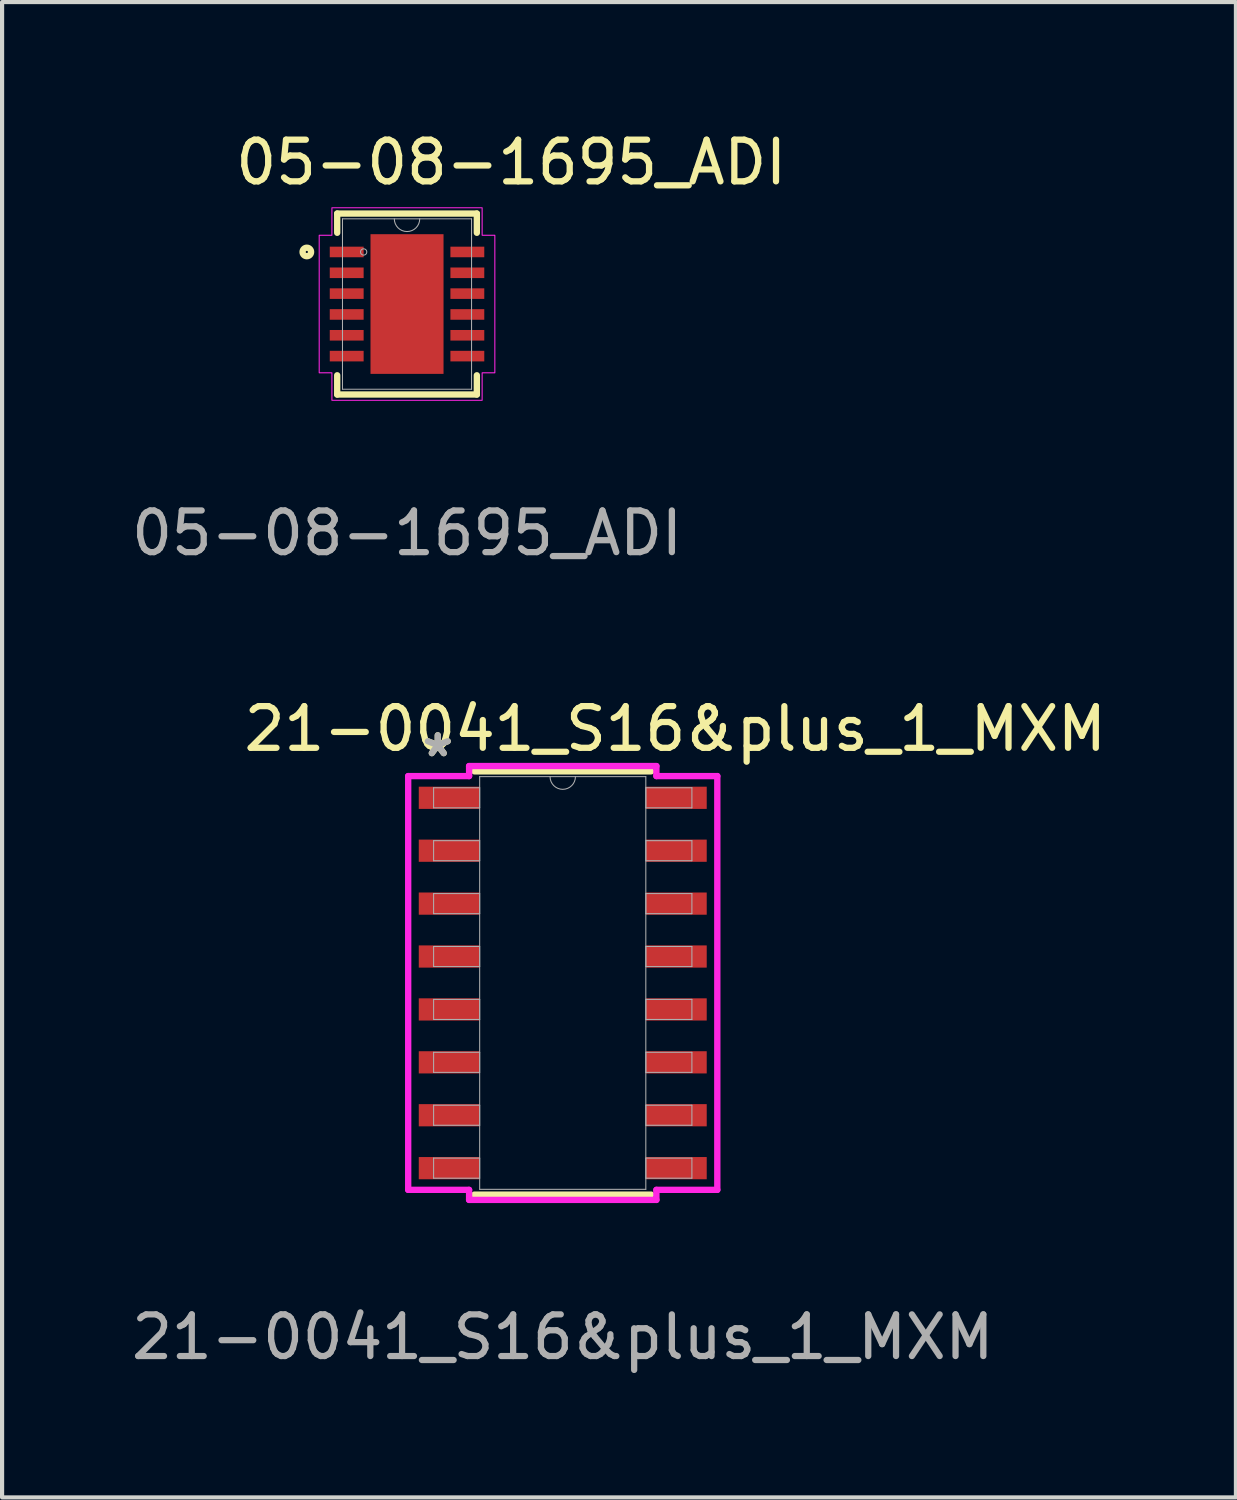
<source format=kicad_pcb>
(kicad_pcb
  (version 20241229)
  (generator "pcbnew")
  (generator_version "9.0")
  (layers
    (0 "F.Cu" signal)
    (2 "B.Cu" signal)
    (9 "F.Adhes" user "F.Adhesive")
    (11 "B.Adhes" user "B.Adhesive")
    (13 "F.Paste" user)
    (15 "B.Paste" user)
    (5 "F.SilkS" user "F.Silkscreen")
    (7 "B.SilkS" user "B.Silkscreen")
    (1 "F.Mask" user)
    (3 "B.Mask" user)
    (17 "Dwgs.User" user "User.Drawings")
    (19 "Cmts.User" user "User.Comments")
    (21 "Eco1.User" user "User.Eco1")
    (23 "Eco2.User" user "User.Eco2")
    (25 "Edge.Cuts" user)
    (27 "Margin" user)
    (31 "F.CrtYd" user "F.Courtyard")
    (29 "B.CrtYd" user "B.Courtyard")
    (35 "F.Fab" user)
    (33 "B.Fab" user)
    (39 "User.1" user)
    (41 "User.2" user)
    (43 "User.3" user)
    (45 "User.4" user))
  (footprint "21-0041_S16&plus_1_MXM"
    (layer "F.Cu")
    (at 10.458 20.545)
    (property "Reference" "21-0041_S16&plus_1_MXM" (at 2.7 -6.1 0) (unlocked yes) (layer "F.SilkS") (effects (font (size 1 1) (thickness 0.15))))
    (attr smd)
    (fp_line (start -2.121 5.08) (end 2.121 5.08) (stroke (width 0.152) (type solid)) (layer "F.SilkS"))
    (fp_line (start 2.121 -5.08) (end -2.121 -5.08) (stroke (width 0.152) (type solid)) (layer "F.SilkS"))
    (fp_line (start -3.71 -4.966) (end -2.248 -4.966) (stroke (width 0.152) (type solid)) (layer "F.CrtYd"))
    (fp_line (start -3.71 4.966) (end -3.71 -4.966) (stroke (width 0.152) (type solid)) (layer "F.CrtYd"))
    (fp_line (start -3.71 4.966) (end -2.248 4.966) (stroke (width 0.152) (type solid)) (layer "F.CrtYd"))
    (fp_line (start -2.248 -5.207) (end 2.248 -5.207) (stroke (width 0.152) (type solid)) (layer "F.CrtYd"))
    (fp_line (start -2.248 -4.966) (end -2.248 -5.207) (stroke (width 0.152) (type solid)) (layer "F.CrtYd"))
    (fp_line (start -2.248 5.207) (end -2.248 4.966) (stroke (width 0.152) (type solid)) (layer "F.CrtYd"))
    (fp_line (start 2.248 -5.207) (end 2.248 -4.966) (stroke (width 0.152) (type solid)) (layer "F.CrtYd"))
    (fp_line (start 2.248 4.966) (end 2.248 5.207) (stroke (width 0.152) (type solid)) (layer "F.CrtYd"))
    (fp_line (start 2.248 5.207) (end -2.248 5.207) (stroke (width 0.152) (type solid)) (layer "F.CrtYd"))
    (fp_line (start 3.71 -4.966) (end 2.248 -4.966) (stroke (width 0.152) (type solid)) (layer "F.CrtYd"))
    (fp_line (start 3.71 -4.966) (end 3.71 4.966) (stroke (width 0.152) (type solid)) (layer "F.CrtYd"))
    (fp_line (start 3.71 4.966) (end 2.248 4.966) (stroke (width 0.152) (type solid)) (layer "F.CrtYd"))
    (fp_line (start -3.1 -4.686) (end -3.1 -4.204) (stroke (width 0.025) (type solid)) (layer "F.Fab"))
    (fp_line (start -3.1 -4.204) (end -1.994 -4.204) (stroke (width 0.025) (type solid)) (layer "F.Fab"))
    (fp_line (start -3.1 -3.416) (end -3.1 -2.934) (stroke (width 0.025) (type solid)) (layer "F.Fab"))
    (fp_line (start -3.1 -2.934) (end -1.994 -2.934) (stroke (width 0.025) (type solid)) (layer "F.Fab"))
    (fp_line (start -3.1 -2.146) (end -3.1 -1.664) (stroke (width 0.025) (type solid)) (layer "F.Fab"))
    (fp_line (start -3.1 -1.664) (end -1.994 -1.664) (stroke (width 0.025) (type solid)) (layer "F.Fab"))
    (fp_line (start -3.1 -0.876) (end -3.1 -0.394) (stroke (width 0.025) (type solid)) (layer "F.Fab"))
    (fp_line (start -3.1 -0.394) (end -1.994 -0.394) (stroke (width 0.025) (type solid)) (layer "F.Fab"))
    (fp_line (start -3.1 0.394) (end -3.1 0.876) (stroke (width 0.025) (type solid)) (layer "F.Fab"))
    (fp_line (start -3.1 0.876) (end -1.994 0.876) (stroke (width 0.025) (type solid)) (layer "F.Fab"))
    (fp_line (start -3.1 1.664) (end -3.1 2.146) (stroke (width 0.025) (type solid)) (layer "F.Fab"))
    (fp_line (start -3.1 2.146) (end -1.994 2.146) (stroke (width 0.025) (type solid)) (layer "F.Fab"))
    (fp_line (start -3.1 2.934) (end -3.1 3.416) (stroke (width 0.025) (type solid)) (layer "F.Fab"))
    (fp_line (start -3.1 3.416) (end -1.994 3.416) (stroke (width 0.025) (type solid)) (layer "F.Fab"))
    (fp_line (start -3.1 4.204) (end -3.1 4.686) (stroke (width 0.025) (type solid)) (layer "F.Fab"))
    (fp_line (start -3.1 4.686) (end -1.994 4.686) (stroke (width 0.025) (type solid)) (layer "F.Fab"))
    (fp_line (start -1.994 -4.953) (end -1.994 4.953) (stroke (width 0.025) (type solid)) (layer "F.Fab"))
    (fp_line (start -1.994 -4.686) (end -3.1 -4.686) (stroke (width 0.025) (type solid)) (layer "F.Fab"))
    (fp_line (start -1.994 -4.204) (end -1.994 -4.686) (stroke (width 0.025) (type solid)) (layer "F.Fab"))
    (fp_line (start -1.994 -3.416) (end -3.1 -3.416) (stroke (width 0.025) (type solid)) (layer "F.Fab"))
    (fp_line (start -1.994 -2.934) (end -1.994 -3.416) (stroke (width 0.025) (type solid)) (layer "F.Fab"))
    (fp_line (start -1.994 -2.146) (end -3.1 -2.146) (stroke (width 0.025) (type solid)) (layer "F.Fab"))
    (fp_line (start -1.994 -1.664) (end -1.994 -2.146) (stroke (width 0.025) (type solid)) (layer "F.Fab"))
    (fp_line (start -1.994 -0.876) (end -3.1 -0.876) (stroke (width 0.025) (type solid)) (layer "F.Fab"))
    (fp_line (start -1.994 -0.394) (end -1.994 -0.876) (stroke (width 0.025) (type solid)) (layer "F.Fab"))
    (fp_line (start -1.994 0.394) (end -3.1 0.394) (stroke (width 0.025) (type solid)) (layer "F.Fab"))
    (fp_line (start -1.994 0.876) (end -1.994 0.394) (stroke (width 0.025) (type solid)) (layer "F.Fab"))
    (fp_line (start -1.994 1.664) (end -3.1 1.664) (stroke (width 0.025) (type solid)) (layer "F.Fab"))
    (fp_line (start -1.994 2.146) (end -1.994 1.664) (stroke (width 0.025) (type solid)) (layer "F.Fab"))
    (fp_line (start -1.994 2.934) (end -3.1 2.934) (stroke (width 0.025) (type solid)) (layer "F.Fab"))
    (fp_line (start -1.994 3.416) (end -1.994 2.934) (stroke (width 0.025) (type solid)) (layer "F.Fab"))
    (fp_line (start -1.994 4.204) (end -3.1 4.204) (stroke (width 0.025) (type solid)) (layer "F.Fab"))
    (fp_line (start -1.994 4.686) (end -1.994 4.204) (stroke (width 0.025) (type solid)) (layer "F.Fab"))
    (fp_line (start -1.994 4.953) (end 1.994 4.953) (stroke (width 0.025) (type solid)) (layer "F.Fab"))
    (fp_line (start 1.994 -4.953) (end -1.994 -4.953) (stroke (width 0.025) (type solid)) (layer "F.Fab"))
    (fp_line (start 1.994 -4.686) (end 1.994 -4.204) (stroke (width 0.025) (type solid)) (layer "F.Fab"))
    (fp_line (start 1.994 -4.204) (end 3.1 -4.204) (stroke (width 0.025) (type solid)) (layer "F.Fab"))
    (fp_line (start 1.994 -3.416) (end 1.994 -2.934) (stroke (width 0.025) (type solid)) (layer "F.Fab"))
    (fp_line (start 1.994 -2.934) (end 3.1 -2.934) (stroke (width 0.025) (type solid)) (layer "F.Fab"))
    (fp_line (start 1.994 -2.146) (end 1.994 -1.664) (stroke (width 0.025) (type solid)) (layer "F.Fab"))
    (fp_line (start 1.994 -1.664) (end 3.1 -1.664) (stroke (width 0.025) (type solid)) (layer "F.Fab"))
    (fp_line (start 1.994 -0.876) (end 1.994 -0.394) (stroke (width 0.025) (type solid)) (layer "F.Fab"))
    (fp_line (start 1.994 -0.394) (end 3.1 -0.394) (stroke (width 0.025) (type solid)) (layer "F.Fab"))
    (fp_line (start 1.994 0.394) (end 1.994 0.876) (stroke (width 0.025) (type solid)) (layer "F.Fab"))
    (fp_line (start 1.994 0.876) (end 3.1 0.876) (stroke (width 0.025) (type solid)) (layer "F.Fab"))
    (fp_line (start 1.994 1.664) (end 1.994 2.146) (stroke (width 0.025) (type solid)) (layer "F.Fab"))
    (fp_line (start 1.994 2.146) (end 3.1 2.146) (stroke (width 0.025) (type solid)) (layer "F.Fab"))
    (fp_line (start 1.994 2.934) (end 1.994 3.416) (stroke (width 0.025) (type solid)) (layer "F.Fab"))
    (fp_line (start 1.994 3.416) (end 3.1 3.416) (stroke (width 0.025) (type solid)) (layer "F.Fab"))
    (fp_line (start 1.994 4.204) (end 1.994 4.686) (stroke (width 0.025) (type solid)) (layer "F.Fab"))
    (fp_line (start 1.994 4.686) (end 3.1 4.686) (stroke (width 0.025) (type solid)) (layer "F.Fab"))
    (fp_line (start 1.994 4.953) (end 1.994 -4.953) (stroke (width 0.025) (type solid)) (layer "F.Fab"))
    (fp_line (start 3.1 -4.686) (end 1.994 -4.686) (stroke (width 0.025) (type solid)) (layer "F.Fab"))
    (fp_line (start 3.1 -4.204) (end 3.1 -4.686) (stroke (width 0.025) (type solid)) (layer "F.Fab"))
    (fp_line (start 3.1 -3.416) (end 1.994 -3.416) (stroke (width 0.025) (type solid)) (layer "F.Fab"))
    (fp_line (start 3.1 -2.934) (end 3.1 -3.416) (stroke (width 0.025) (type solid)) (layer "F.Fab"))
    (fp_line (start 3.1 -2.146) (end 1.994 -2.146) (stroke (width 0.025) (type solid)) (layer "F.Fab"))
    (fp_line (start 3.1 -1.664) (end 3.1 -2.146) (stroke (width 0.025) (type solid)) (layer "F.Fab"))
    (fp_line (start 3.1 -0.876) (end 1.994 -0.876) (stroke (width 0.025) (type solid)) (layer "F.Fab"))
    (fp_line (start 3.1 -0.394) (end 3.1 -0.876) (stroke (width 0.025) (type solid)) (layer "F.Fab"))
    (fp_line (start 3.1 0.394) (end 1.994 0.394) (stroke (width 0.025) (type solid)) (layer "F.Fab"))
    (fp_line (start 3.1 0.876) (end 3.1 0.394) (stroke (width 0.025) (type solid)) (layer "F.Fab"))
    (fp_line (start 3.1 1.664) (end 1.994 1.664) (stroke (width 0.025) (type solid)) (layer "F.Fab"))
    (fp_line (start 3.1 2.146) (end 3.1 1.664) (stroke (width 0.025) (type solid)) (layer "F.Fab"))
    (fp_line (start 3.1 2.934) (end 1.994 2.934) (stroke (width 0.025) (type solid)) (layer "F.Fab"))
    (fp_line (start 3.1 3.416) (end 3.1 2.934) (stroke (width 0.025) (type solid)) (layer "F.Fab"))
    (fp_line (start 3.1 4.204) (end 1.994 4.204) (stroke (width 0.025) (type solid)) (layer "F.Fab"))
    (fp_line (start 3.1 4.686) (end 3.1 4.204) (stroke (width 0.025) (type solid)) (layer "F.Fab"))
    (fp_arc (start 0.3048 -4.953) (mid 0 -4.6482) (end -0.3048 -4.953) (stroke (width 0.0254) (type solid)) (layer "F.Fab"))
    (fp_text user "*" (at -3 -5.4 0) (layer "F.SilkS") (effects (font (size 1 1) (thickness 0.15))))
    (fp_text user "*" (at -3 -5.4 0) (layer "F.Fab") (effects (font (size 1 1) (thickness 0.15))))
    (fp_text user "${REFERENCE}" (at 0 8.5 0) (unlocked yes) (layer "F.Fab") (effects (font (size 1 1) (thickness 0.15))))
    (pad "1" smd rect (at -2.725 -4.445) (size 1.462 0.533) (layers "F.Cu" "F.Mask" "F.Paste"))
    (pad "2" smd rect (at -2.725 -3.175) (size 1.462 0.533) (layers "F.Cu" "F.Mask" "F.Paste"))
    (pad "3" smd rect (at -2.725 -1.905) (size 1.462 0.533) (layers "F.Cu" "F.Mask" "F.Paste"))
    (pad "4" smd rect (at -2.725 -0.635) (size 1.462 0.533) (layers "F.Cu" "F.Mask" "F.Paste"))
    (pad "5" smd rect (at -2.725 0.635) (size 1.462 0.533) (layers "F.Cu" "F.Mask" "F.Paste"))
    (pad "6" smd rect (at -2.725 1.905) (size 1.462 0.533) (layers "F.Cu" "F.Mask" "F.Paste"))
    (pad "7" smd rect (at -2.725 3.175) (size 1.462 0.533) (layers "F.Cu" "F.Mask" "F.Paste"))
    (pad "8" smd rect (at -2.725 4.445) (size 1.462 0.533) (layers "F.Cu" "F.Mask" "F.Paste"))
    (pad "9" smd rect (at 2.725 4.445) (size 1.462 0.533) (layers "F.Cu" "F.Mask" "F.Paste"))
    (pad "10" smd rect (at 2.725 3.175) (size 1.462 0.533) (layers "F.Cu" "F.Mask" "F.Paste"))
    (pad "11" smd rect (at 2.725 1.905) (size 1.462 0.533) (layers "F.Cu" "F.Mask" "F.Paste"))
    (pad "12" smd rect (at 2.725 0.635) (size 1.462 0.533) (layers "F.Cu" "F.Mask" "F.Paste"))
    (pad "13" smd rect (at 2.725 -0.635) (size 1.462 0.533) (layers "F.Cu" "F.Mask" "F.Paste"))
    (pad "14" smd rect (at 2.725 -1.905) (size 1.462 0.533) (layers "F.Cu" "F.Mask" "F.Paste"))
    (pad "15" smd rect (at 2.725 -3.175) (size 1.462 0.533) (layers "F.Cu" "F.Mask" "F.Paste"))
    (pad "16" smd rect (at 2.725 -4.445) (size 1.462 0.533) (layers "F.Cu" "F.Mask" "F.Paste")))
  (footprint "05-08-1695_ADI"
    (layer "F.Cu")
    (at 6.72 4.248)
    (property "Reference" "05-08-1695_ADI" (at 2.5 -3.4 0) (unlocked yes) (layer "F.SilkS") (effects (font (size 1 1) (thickness 0.15))))
    (attr smd)
    (fp_line (start -1.676 -2.172) (end -1.676 -1.71) (stroke (width 0.152) (type solid)) (layer "F.SilkS"))
    (fp_line (start -1.676 1.71) (end -1.676 2.172) (stroke (width 0.152) (type solid)) (layer "F.SilkS"))
    (fp_line (start -1.676 2.172) (end 1.676 2.172) (stroke (width 0.152) (type solid)) (layer "F.SilkS"))
    (fp_line (start 1.676 -2.172) (end -1.676 -2.172) (stroke (width 0.152) (type solid)) (layer "F.SilkS"))
    (fp_line (start 1.676 -1.71) (end 1.676 -2.172) (stroke (width 0.152) (type solid)) (layer "F.SilkS"))
    (fp_line (start 1.676 2.172) (end 1.676 1.71) (stroke (width 0.152) (type solid)) (layer "F.SilkS"))
    (fp_circle (center -2.405 -1.25) (end -2.303 -1.25) (stroke (width 0.152) (type solid)) (fill no) (layer "F.SilkS"))
    (fp_poly (pts (xy -0.776 -1.576) (xy -0.776 -0.1) (xy 0.776 -0.1) (xy 0.776 -1.576)) (stroke (width 0) (type solid)) (fill yes) (layer "F.Paste"))
    (fp_poly (pts (xy -0.776 0.1) (xy -0.776 1.576) (xy 0.776 1.576) (xy 0.776 0.1)) (stroke (width 0) (type solid)) (fill yes) (layer "F.Paste"))
    (fp_poly (pts (xy -2.108 -1.651) (xy -2.108 1.651) (xy -1.803 1.651) (xy -1.803 2.311) (xy 1.803 2.311) (xy 1.803 1.651) (xy 2.108 1.651) (xy 2.108 0) (xy 2.108 -1.651) (xy 1.803 -1.651) (xy 1.803 -2.311) (xy -1.803 -2.311) (xy -1.803 -1.651)) (stroke (width 0.025) (type solid)) (fill no) (layer "F.CrtYd"))
    (fp_line (start -1.549 -2.045) (end -1.549 2.045) (stroke (width 0.025) (type solid)) (layer "F.Fab"))
    (fp_line (start -1.549 2.045) (end 1.549 2.045) (stroke (width 0.025) (type solid)) (layer "F.Fab"))
    (fp_line (start 1.549 -2.045) (end -1.549 -2.045) (stroke (width 0.025) (type solid)) (layer "F.Fab"))
    (fp_line (start 1.549 2.045) (end 1.549 -2.045) (stroke (width 0.025) (type solid)) (layer "F.Fab"))
    (fp_arc (start 0.3048 -2.0447) (mid 0 -1.7399) (end -0.3048 -2.0447) (stroke (width 0.0254) (type solid)) (layer "F.Fab"))
    (fp_circle (center -1.041 -1.25) (end -0.965 -1.25) (stroke (width 0.025) (type solid)) (fill no) (layer "F.Fab"))
    (fp_text user "${REFERENCE}" (at 0 5.5 0) (unlocked yes) (layer "F.Fab") (effects (font (size 1 1) (thickness 0.15))))
    (pad "1" smd rect (at -1.448 -1.25) (size 0.813 0.254) (layers "F.Cu" "F.Mask" "F.Paste"))
    (pad "2" smd rect (at -1.448 -0.75) (size 0.813 0.254) (layers "F.Cu" "F.Mask" "F.Paste"))
    (pad "3" smd rect (at -1.448 -0.25) (size 0.813 0.254) (layers "F.Cu" "F.Mask" "F.Paste"))
    (pad "4" smd rect (at -1.448 0.25) (size 0.813 0.254) (layers "F.Cu" "F.Mask" "F.Paste"))
    (pad "5" smd rect (at -1.448 0.75) (size 0.813 0.254) (layers "F.Cu" "F.Mask" "F.Paste"))
    (pad "6" smd rect (at -1.448 1.25) (size 0.813 0.254) (layers "F.Cu" "F.Mask" "F.Paste"))
    (pad "7" smd rect (at 1.448 1.25) (size 0.813 0.254) (layers "F.Cu" "F.Mask" "F.Paste"))
    (pad "8" smd rect (at 1.448 0.75) (size 0.813 0.254) (layers "F.Cu" "F.Mask" "F.Paste"))
    (pad "9" smd rect (at 1.448 0.25) (size 0.813 0.254) (layers "F.Cu" "F.Mask" "F.Paste"))
    (pad "10" smd rect (at 1.448 -0.25) (size 0.813 0.254) (layers "F.Cu" "F.Mask" "F.Paste"))
    (pad "11" smd rect (at 1.448 -0.75) (size 0.813 0.254) (layers "F.Cu" "F.Mask" "F.Paste"))
    (pad "12" smd rect (at 1.448 -1.25) (size 0.813 0.254) (layers "F.Cu" "F.Mask" "F.Paste"))
    (pad "13" smd rect (at 0 0) (size 1.753 3.353) (layers "F.Cu" "F.Mask" "F.Paste")))
  (gr_rect
    (start -3 -3)
    (end 26.617 32.893)
    (stroke (width 0.1) (type default))
    (fill no)
    (layer "Edge.Cuts")))
</source>
